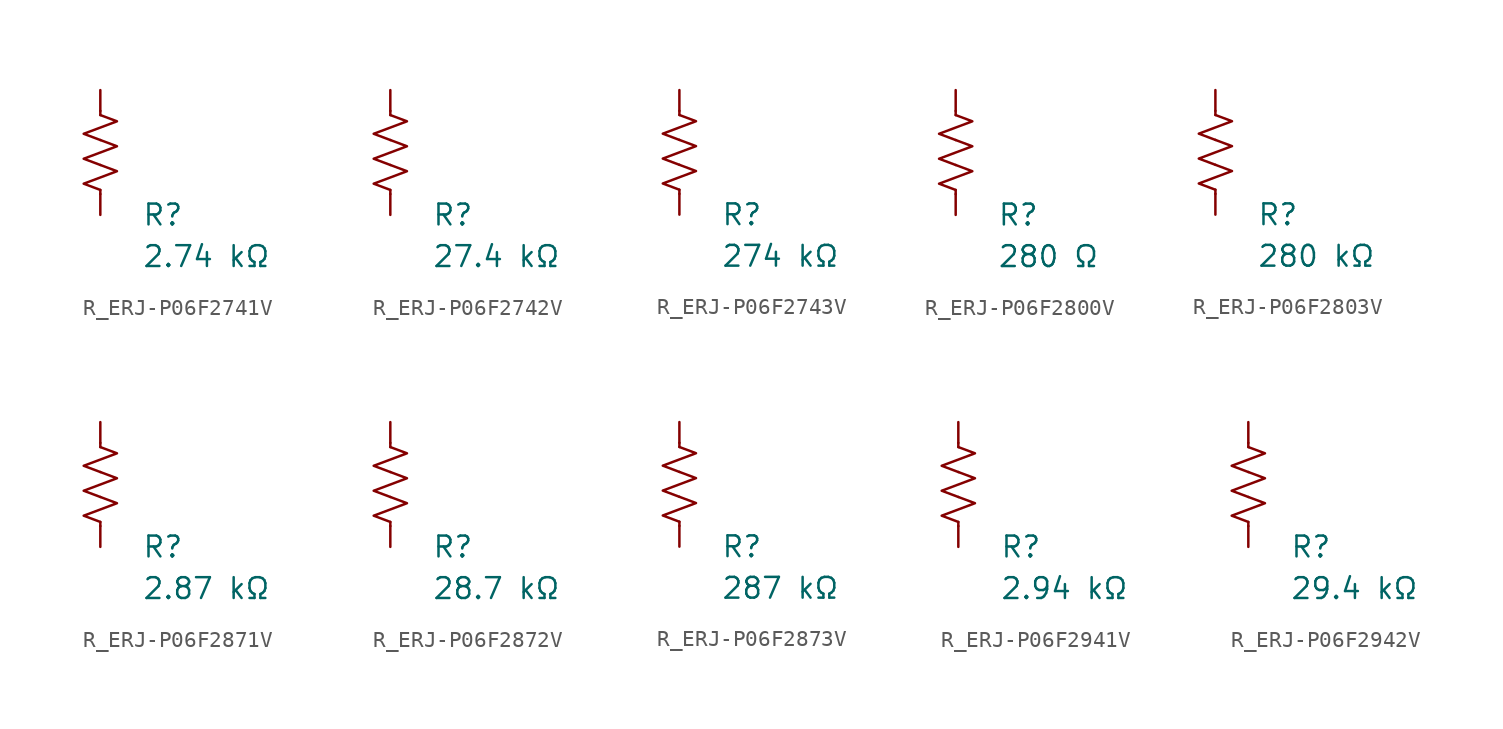
<source format=kicad_sym>
(kicad_symbol_lib
  (version 20231120)
  (generator "kicad_symbol_editor")
  (generator_version "8.0")
  (symbol "R_ERJ-P06F2741V"
    (pin_numbers hide)
    (pin_names
      (offset 0))
    (property "Reference" "R"
      (at 2.54 -3.81 0)
      (effects (font (size 1.27 1.27)) (justify left))
      (show_name no))
    (property "Value" "2.74 kΩ"
      (at 2.54 -6.35 0)
      (effects (font (size 1.27 1.27)) (justify left))
      (show_name no))
    (symbol "R_ERJ-P06F2741V_0_1"
      (polyline (pts (xy 0 -2.286) (xy 0 -2.54)) (stroke (width 0) (type default)) (fill (type none)))
      (polyline (pts (xy 0 2.286) (xy 0 2.54)) (stroke (width 0) (type default)) (fill (type none)))
      (polyline (pts (xy 0 -0.762) (xy 1.016 -1.143) (xy 0 -1.524) (xy -1.016 -1.905) (xy 0 -2.286)) (stroke (width 0) (type default)) (fill (type none)))
      (polyline (pts (xy 0 0.762) (xy 1.016 0.381) (xy 0 0) (xy -1.016 -0.381) (xy 0 -0.762)) (stroke (width 0) (type default)) (fill (type none)))
      (polyline (pts (xy 0 2.286) (xy 1.016 1.905) (xy 0 1.524) (xy -1.016 1.143) (xy 0 0.762)) (stroke (width 0) (type default)) (fill (type none))))
    (symbol "R_ERJ-P06F2741V_1_1"
      (pin passive line (at 0 3.81 270) (length 1.27) (name "~" (effects (font (size 1.27 1.27)))) (number "1" (effects (font (size 1.27 1.27)))))
      (pin passive line (at 0 -3.81 90) (length 1.27) (name "~" (effects (font (size 1.27 1.27)))) (number "2" (effects (font (size 1.27 1.27)))))))
  (symbol "R_ERJ-P06F2742V"
    (pin_numbers hide)
    (pin_names
      (offset 0))
    (property "Reference" "R"
      (at 2.54 -3.81 0)
      (effects (font (size 1.27 1.27)) (justify left))
      (show_name no))
    (property "Value" "27.4 kΩ"
      (at 2.54 -6.35 0)
      (effects (font (size 1.27 1.27)) (justify left))
      (show_name no))
    (symbol "R_ERJ-P06F2742V_0_1"
      (polyline (pts (xy 0 -2.286) (xy 0 -2.54)) (stroke (width 0) (type default)) (fill (type none)))
      (polyline (pts (xy 0 2.286) (xy 0 2.54)) (stroke (width 0) (type default)) (fill (type none)))
      (polyline (pts (xy 0 -0.762) (xy 1.016 -1.143) (xy 0 -1.524) (xy -1.016 -1.905) (xy 0 -2.286)) (stroke (width 0) (type default)) (fill (type none)))
      (polyline (pts (xy 0 0.762) (xy 1.016 0.381) (xy 0 0) (xy -1.016 -0.381) (xy 0 -0.762)) (stroke (width 0) (type default)) (fill (type none)))
      (polyline (pts (xy 0 2.286) (xy 1.016 1.905) (xy 0 1.524) (xy -1.016 1.143) (xy 0 0.762)) (stroke (width 0) (type default)) (fill (type none))))
    (symbol "R_ERJ-P06F2742V_1_1"
      (pin passive line (at 0 3.81 270) (length 1.27) (name "~" (effects (font (size 1.27 1.27)))) (number "1" (effects (font (size 1.27 1.27)))))
      (pin passive line (at 0 -3.81 90) (length 1.27) (name "~" (effects (font (size 1.27 1.27)))) (number "2" (effects (font (size 1.27 1.27)))))))
  (symbol "R_ERJ-P06F2743V"
    (pin_numbers hide)
    (pin_names
      (offset 0))
    (property "Reference" "R"
      (at 2.54 -3.81 0)
      (effects (font (size 1.27 1.27)) (justify left))
      (show_name no))
    (property "Value" "274 kΩ"
      (at 2.54 -6.35 0)
      (effects (font (size 1.27 1.27)) (justify left))
      (show_name no))
    (symbol "R_ERJ-P06F2743V_0_1"
      (polyline (pts (xy 0 -2.286) (xy 0 -2.54)) (stroke (width 0) (type default)) (fill (type none)))
      (polyline (pts (xy 0 2.286) (xy 0 2.54)) (stroke (width 0) (type default)) (fill (type none)))
      (polyline (pts (xy 0 -0.762) (xy 1.016 -1.143) (xy 0 -1.524) (xy -1.016 -1.905) (xy 0 -2.286)) (stroke (width 0) (type default)) (fill (type none)))
      (polyline (pts (xy 0 0.762) (xy 1.016 0.381) (xy 0 0) (xy -1.016 -0.381) (xy 0 -0.762)) (stroke (width 0) (type default)) (fill (type none)))
      (polyline (pts (xy 0 2.286) (xy 1.016 1.905) (xy 0 1.524) (xy -1.016 1.143) (xy 0 0.762)) (stroke (width 0) (type default)) (fill (type none))))
    (symbol "R_ERJ-P06F2743V_1_1"
      (pin passive line (at 0 3.81 270) (length 1.27) (name "~" (effects (font (size 1.27 1.27)))) (number "1" (effects (font (size 1.27 1.27)))))
      (pin passive line (at 0 -3.81 90) (length 1.27) (name "~" (effects (font (size 1.27 1.27)))) (number "2" (effects (font (size 1.27 1.27)))))))
  (symbol "R_ERJ-P06F2800V"
    (pin_numbers hide)
    (pin_names
      (offset 0))
    (property "Reference" "R"
      (at 2.54 -3.81 0)
      (effects (font (size 1.27 1.27)) (justify left))
      (show_name no))
    (property "Value" "280 Ω"
      (at 2.54 -6.35 0)
      (effects (font (size 1.27 1.27)) (justify left))
      (show_name no))
    (symbol "R_ERJ-P06F2800V_0_1"
      (polyline (pts (xy 0 -2.286) (xy 0 -2.54)) (stroke (width 0) (type default)) (fill (type none)))
      (polyline (pts (xy 0 2.286) (xy 0 2.54)) (stroke (width 0) (type default)) (fill (type none)))
      (polyline (pts (xy 0 -0.762) (xy 1.016 -1.143) (xy 0 -1.524) (xy -1.016 -1.905) (xy 0 -2.286)) (stroke (width 0) (type default)) (fill (type none)))
      (polyline (pts (xy 0 0.762) (xy 1.016 0.381) (xy 0 0) (xy -1.016 -0.381) (xy 0 -0.762)) (stroke (width 0) (type default)) (fill (type none)))
      (polyline (pts (xy 0 2.286) (xy 1.016 1.905) (xy 0 1.524) (xy -1.016 1.143) (xy 0 0.762)) (stroke (width 0) (type default)) (fill (type none))))
    (symbol "R_ERJ-P06F2800V_1_1"
      (pin passive line (at 0 3.81 270) (length 1.27) (name "~" (effects (font (size 1.27 1.27)))) (number "1" (effects (font (size 1.27 1.27)))))
      (pin passive line (at 0 -3.81 90) (length 1.27) (name "~" (effects (font (size 1.27 1.27)))) (number "2" (effects (font (size 1.27 1.27)))))))
  (symbol "R_ERJ-P06F2803V"
    (pin_numbers hide)
    (pin_names
      (offset 0))
    (property "Reference" "R"
      (at 2.54 -3.81 0)
      (effects (font (size 1.27 1.27)) (justify left))
      (show_name no))
    (property "Value" "280 kΩ"
      (at 2.54 -6.35 0)
      (effects (font (size 1.27 1.27)) (justify left))
      (show_name no))
    (symbol "R_ERJ-P06F2803V_0_1"
      (polyline (pts (xy 0 -2.286) (xy 0 -2.54)) (stroke (width 0) (type default)) (fill (type none)))
      (polyline (pts (xy 0 2.286) (xy 0 2.54)) (stroke (width 0) (type default)) (fill (type none)))
      (polyline (pts (xy 0 -0.762) (xy 1.016 -1.143) (xy 0 -1.524) (xy -1.016 -1.905) (xy 0 -2.286)) (stroke (width 0) (type default)) (fill (type none)))
      (polyline (pts (xy 0 0.762) (xy 1.016 0.381) (xy 0 0) (xy -1.016 -0.381) (xy 0 -0.762)) (stroke (width 0) (type default)) (fill (type none)))
      (polyline (pts (xy 0 2.286) (xy 1.016 1.905) (xy 0 1.524) (xy -1.016 1.143) (xy 0 0.762)) (stroke (width 0) (type default)) (fill (type none))))
    (symbol "R_ERJ-P06F2803V_1_1"
      (pin passive line (at 0 3.81 270) (length 1.27) (name "~" (effects (font (size 1.27 1.27)))) (number "1" (effects (font (size 1.27 1.27)))))
      (pin passive line (at 0 -3.81 90) (length 1.27) (name "~" (effects (font (size 1.27 1.27)))) (number "2" (effects (font (size 1.27 1.27)))))))
  (symbol "R_ERJ-P06F2871V"
    (pin_numbers hide)
    (pin_names
      (offset 0))
    (property "Reference" "R"
      (at 2.54 -3.81 0)
      (effects (font (size 1.27 1.27)) (justify left))
      (show_name no))
    (property "Value" "2.87 kΩ"
      (at 2.54 -6.35 0)
      (effects (font (size 1.27 1.27)) (justify left))
      (show_name no))
    (symbol "R_ERJ-P06F2871V_0_1"
      (polyline (pts (xy 0 -2.286) (xy 0 -2.54)) (stroke (width 0) (type default)) (fill (type none)))
      (polyline (pts (xy 0 2.286) (xy 0 2.54)) (stroke (width 0) (type default)) (fill (type none)))
      (polyline (pts (xy 0 -0.762) (xy 1.016 -1.143) (xy 0 -1.524) (xy -1.016 -1.905) (xy 0 -2.286)) (stroke (width 0) (type default)) (fill (type none)))
      (polyline (pts (xy 0 0.762) (xy 1.016 0.381) (xy 0 0) (xy -1.016 -0.381) (xy 0 -0.762)) (stroke (width 0) (type default)) (fill (type none)))
      (polyline (pts (xy 0 2.286) (xy 1.016 1.905) (xy 0 1.524) (xy -1.016 1.143) (xy 0 0.762)) (stroke (width 0) (type default)) (fill (type none))))
    (symbol "R_ERJ-P06F2871V_1_1"
      (pin passive line (at 0 3.81 270) (length 1.27) (name "~" (effects (font (size 1.27 1.27)))) (number "1" (effects (font (size 1.27 1.27)))))
      (pin passive line (at 0 -3.81 90) (length 1.27) (name "~" (effects (font (size 1.27 1.27)))) (number "2" (effects (font (size 1.27 1.27)))))))
  (symbol "R_ERJ-P06F2872V"
    (pin_numbers hide)
    (pin_names
      (offset 0))
    (property "Reference" "R"
      (at 2.54 -3.81 0)
      (effects (font (size 1.27 1.27)) (justify left))
      (show_name no))
    (property "Value" "28.7 kΩ"
      (at 2.54 -6.35 0)
      (effects (font (size 1.27 1.27)) (justify left))
      (show_name no))
    (symbol "R_ERJ-P06F2872V_0_1"
      (polyline (pts (xy 0 -2.286) (xy 0 -2.54)) (stroke (width 0) (type default)) (fill (type none)))
      (polyline (pts (xy 0 2.286) (xy 0 2.54)) (stroke (width 0) (type default)) (fill (type none)))
      (polyline (pts (xy 0 -0.762) (xy 1.016 -1.143) (xy 0 -1.524) (xy -1.016 -1.905) (xy 0 -2.286)) (stroke (width 0) (type default)) (fill (type none)))
      (polyline (pts (xy 0 0.762) (xy 1.016 0.381) (xy 0 0) (xy -1.016 -0.381) (xy 0 -0.762)) (stroke (width 0) (type default)) (fill (type none)))
      (polyline (pts (xy 0 2.286) (xy 1.016 1.905) (xy 0 1.524) (xy -1.016 1.143) (xy 0 0.762)) (stroke (width 0) (type default)) (fill (type none))))
    (symbol "R_ERJ-P06F2872V_1_1"
      (pin passive line (at 0 3.81 270) (length 1.27) (name "~" (effects (font (size 1.27 1.27)))) (number "1" (effects (font (size 1.27 1.27)))))
      (pin passive line (at 0 -3.81 90) (length 1.27) (name "~" (effects (font (size 1.27 1.27)))) (number "2" (effects (font (size 1.27 1.27)))))))
  (symbol "R_ERJ-P06F2873V"
    (pin_numbers hide)
    (pin_names
      (offset 0))
    (property "Reference" "R"
      (at 2.54 -3.81 0)
      (effects (font (size 1.27 1.27)) (justify left))
      (show_name no))
    (property "Value" "287 kΩ"
      (at 2.54 -6.35 0)
      (effects (font (size 1.27 1.27)) (justify left))
      (show_name no))
    (symbol "R_ERJ-P06F2873V_0_1"
      (polyline (pts (xy 0 -2.286) (xy 0 -2.54)) (stroke (width 0) (type default)) (fill (type none)))
      (polyline (pts (xy 0 2.286) (xy 0 2.54)) (stroke (width 0) (type default)) (fill (type none)))
      (polyline (pts (xy 0 -0.762) (xy 1.016 -1.143) (xy 0 -1.524) (xy -1.016 -1.905) (xy 0 -2.286)) (stroke (width 0) (type default)) (fill (type none)))
      (polyline (pts (xy 0 0.762) (xy 1.016 0.381) (xy 0 0) (xy -1.016 -0.381) (xy 0 -0.762)) (stroke (width 0) (type default)) (fill (type none)))
      (polyline (pts (xy 0 2.286) (xy 1.016 1.905) (xy 0 1.524) (xy -1.016 1.143) (xy 0 0.762)) (stroke (width 0) (type default)) (fill (type none))))
    (symbol "R_ERJ-P06F2873V_1_1"
      (pin passive line (at 0 3.81 270) (length 1.27) (name "~" (effects (font (size 1.27 1.27)))) (number "1" (effects (font (size 1.27 1.27)))))
      (pin passive line (at 0 -3.81 90) (length 1.27) (name "~" (effects (font (size 1.27 1.27)))) (number "2" (effects (font (size 1.27 1.27)))))))
  (symbol "R_ERJ-P06F2941V"
    (pin_numbers hide)
    (pin_names
      (offset 0))
    (property "Reference" "R"
      (at 2.54 -3.81 0)
      (effects (font (size 1.27 1.27)) (justify left))
      (show_name no))
    (property "Value" "2.94 kΩ"
      (at 2.54 -6.35 0)
      (effects (font (size 1.27 1.27)) (justify left))
      (show_name no))
    (symbol "R_ERJ-P06F2941V_0_1"
      (polyline (pts (xy 0 -2.286) (xy 0 -2.54)) (stroke (width 0) (type default)) (fill (type none)))
      (polyline (pts (xy 0 2.286) (xy 0 2.54)) (stroke (width 0) (type default)) (fill (type none)))
      (polyline (pts (xy 0 -0.762) (xy 1.016 -1.143) (xy 0 -1.524) (xy -1.016 -1.905) (xy 0 -2.286)) (stroke (width 0) (type default)) (fill (type none)))
      (polyline (pts (xy 0 0.762) (xy 1.016 0.381) (xy 0 0) (xy -1.016 -0.381) (xy 0 -0.762)) (stroke (width 0) (type default)) (fill (type none)))
      (polyline (pts (xy 0 2.286) (xy 1.016 1.905) (xy 0 1.524) (xy -1.016 1.143) (xy 0 0.762)) (stroke (width 0) (type default)) (fill (type none))))
    (symbol "R_ERJ-P06F2941V_1_1"
      (pin passive line (at 0 3.81 270) (length 1.27) (name "~" (effects (font (size 1.27 1.27)))) (number "1" (effects (font (size 1.27 1.27)))))
      (pin passive line (at 0 -3.81 90) (length 1.27) (name "~" (effects (font (size 1.27 1.27)))) (number "2" (effects (font (size 1.27 1.27)))))))
  (symbol "R_ERJ-P06F2942V"
    (pin_numbers hide)
    (pin_names
      (offset 0))
    (property "Reference" "R"
      (at 2.54 -3.81 0)
      (effects (font (size 1.27 1.27)) (justify left))
      (show_name no))
    (property "Value" "29.4 kΩ"
      (at 2.54 -6.35 0)
      (effects (font (size 1.27 1.27)) (justify left))
      (show_name no))
    (symbol "R_ERJ-P06F2942V_0_1"
      (polyline (pts (xy 0 -2.286) (xy 0 -2.54)) (stroke (width 0) (type default)) (fill (type none)))
      (polyline (pts (xy 0 2.286) (xy 0 2.54)) (stroke (width 0) (type default)) (fill (type none)))
      (polyline (pts (xy 0 -0.762) (xy 1.016 -1.143) (xy 0 -1.524) (xy -1.016 -1.905) (xy 0 -2.286)) (stroke (width 0) (type default)) (fill (type none)))
      (polyline (pts (xy 0 0.762) (xy 1.016 0.381) (xy 0 0) (xy -1.016 -0.381) (xy 0 -0.762)) (stroke (width 0) (type default)) (fill (type none)))
      (polyline (pts (xy 0 2.286) (xy 1.016 1.905) (xy 0 1.524) (xy -1.016 1.143) (xy 0 0.762)) (stroke (width 0) (type default)) (fill (type none))))
    (symbol "R_ERJ-P06F2942V_1_1"
      (pin passive line (at 0 3.81 270) (length 1.27) (name "~" (effects (font (size 1.27 1.27)))) (number "1" (effects (font (size 1.27 1.27)))))
      (pin passive line (at 0 -3.81 90) (length 1.27) (name "~" (effects (font (size 1.27 1.27)))) (number "2" (effects (font (size 1.27 1.27))))))))
</source>
